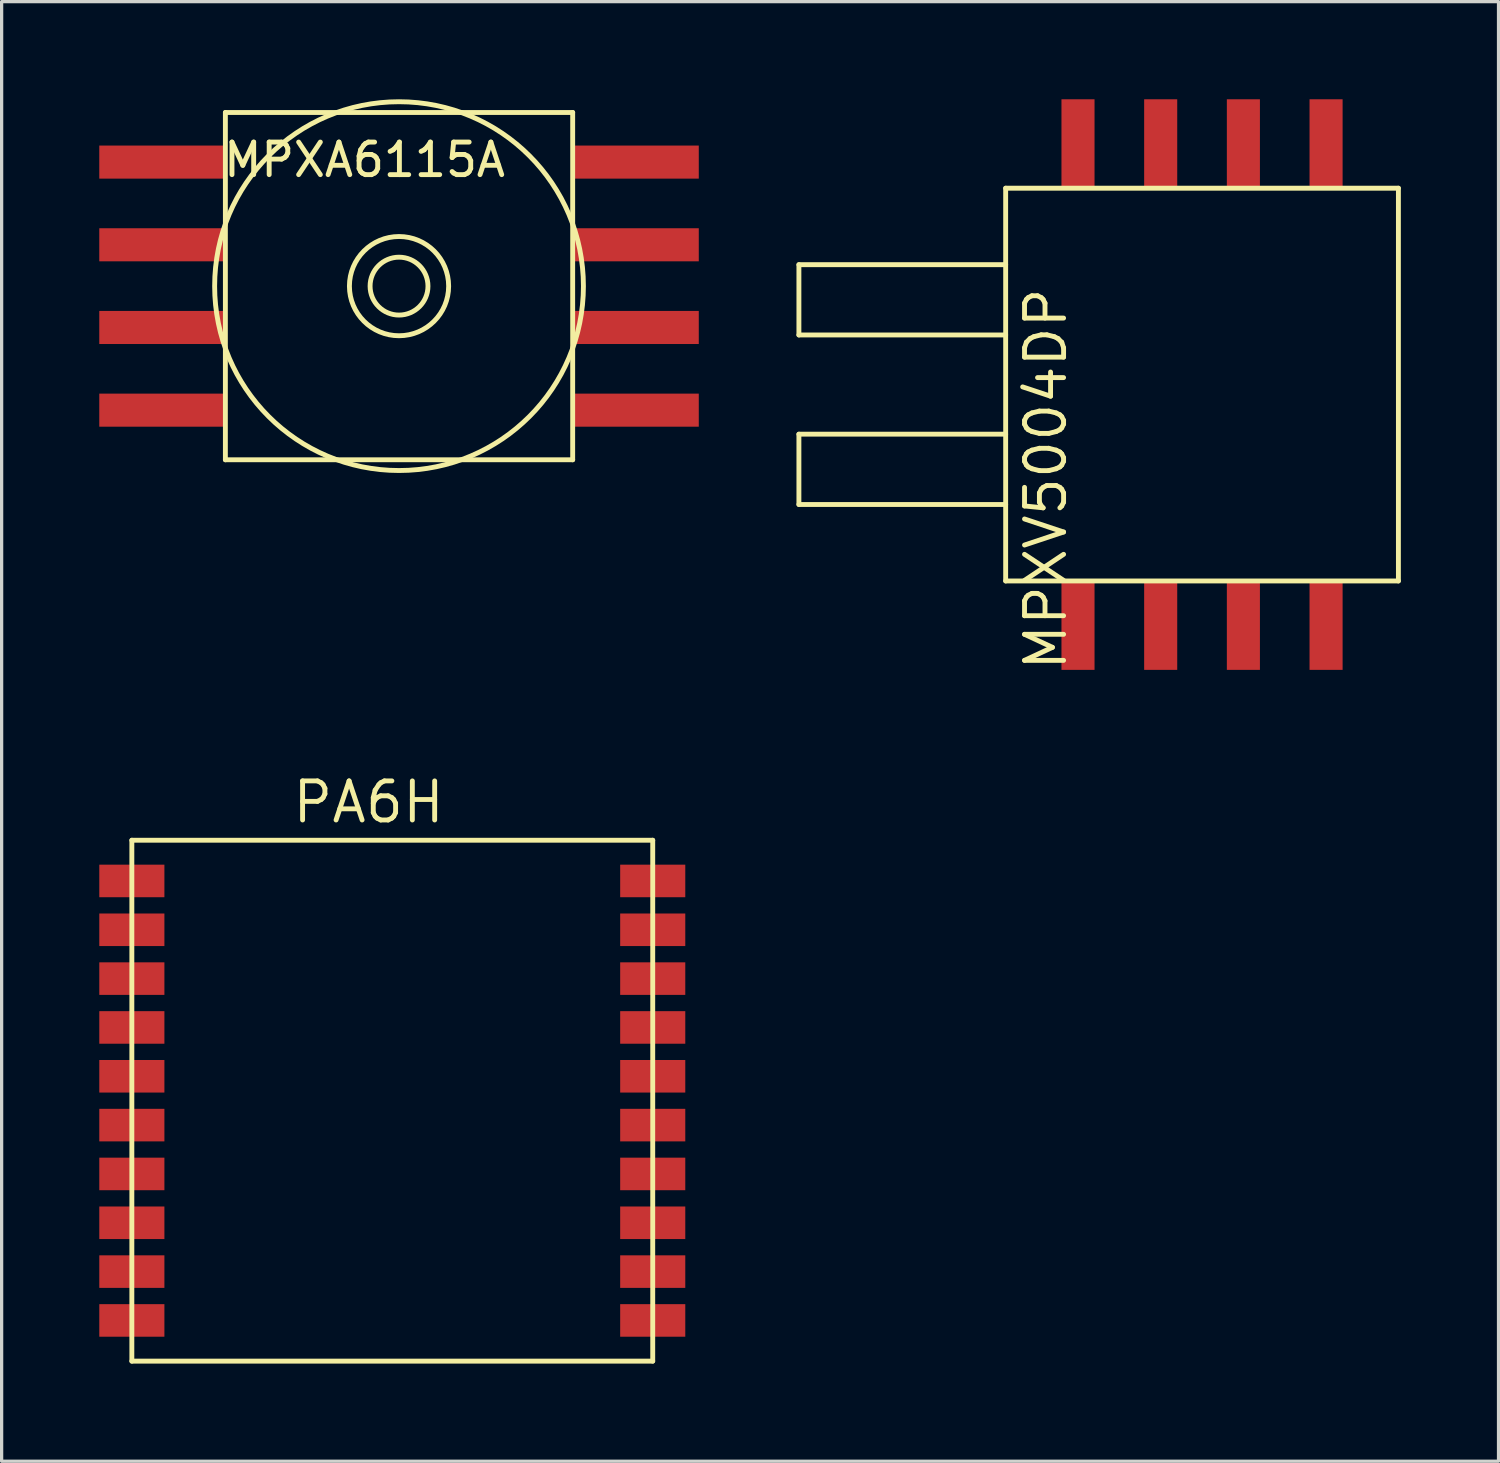
<source format=kicad_pcb>
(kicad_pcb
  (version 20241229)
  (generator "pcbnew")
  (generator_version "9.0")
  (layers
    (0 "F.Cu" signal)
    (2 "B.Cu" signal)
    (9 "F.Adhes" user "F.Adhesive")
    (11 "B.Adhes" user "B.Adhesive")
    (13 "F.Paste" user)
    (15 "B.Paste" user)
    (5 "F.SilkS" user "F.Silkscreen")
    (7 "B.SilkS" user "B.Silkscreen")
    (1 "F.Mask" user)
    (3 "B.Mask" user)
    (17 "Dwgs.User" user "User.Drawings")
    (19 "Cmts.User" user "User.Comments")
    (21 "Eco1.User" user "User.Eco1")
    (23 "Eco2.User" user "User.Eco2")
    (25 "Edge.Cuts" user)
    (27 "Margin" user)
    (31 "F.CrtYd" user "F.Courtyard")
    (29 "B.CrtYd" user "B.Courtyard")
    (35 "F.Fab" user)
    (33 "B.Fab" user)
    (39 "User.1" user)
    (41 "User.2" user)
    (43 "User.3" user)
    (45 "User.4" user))
  (footprint "MPXV5004DP"
    (layer "F.Cu")
    (at 33.873 8.763)
    (property "Reference" "MPXV5004DP" (at -4.8 2.9 90) (layer "F.SilkS") (effects (font (size 1.2 1.2) (thickness 0.15))))
    (attr through_hole)
    (fp_line (start -12.383 -3.683) (end -12.383 -1.524) (stroke (width 0.15) (type solid)) (layer "F.SilkS"))
    (fp_line (start -12.383 1.524) (end -12.383 3.683) (stroke (width 0.15) (type solid)) (layer "F.SilkS"))
    (fp_line (start -6.032 -6.032) (end -6.032 6.032) (stroke (width 0.15) (type solid)) (layer "F.SilkS"))
    (fp_line (start -6.032 -6.032) (end 6.032 -6.032) (stroke (width 0.15) (type solid)) (layer "F.SilkS"))
    (fp_line (start -6.032 -3.683) (end -12.383 -3.683) (stroke (width 0.15) (type solid)) (layer "F.SilkS"))
    (fp_line (start -6.032 -1.524) (end -12.383 -1.524) (stroke (width 0.15) (type solid)) (layer "F.SilkS"))
    (fp_line (start -6.032 1.524) (end -12.383 1.524) (stroke (width 0.15) (type solid)) (layer "F.SilkS"))
    (fp_line (start -6.032 3.683) (end -12.383 3.683) (stroke (width 0.15) (type solid)) (layer "F.SilkS"))
    (fp_line (start -6.032 6.032) (end 6.032 6.032) (stroke (width 0.15) (type solid)) (layer "F.SilkS"))
    (fp_line (start 6.032 6.032) (end 6.032 -6.032) (stroke (width 0.15) (type solid)) (layer "F.SilkS"))
    (pad "1" smd rect (at -3.81 7.398) (size 1.016 2.731) (layers "F.Cu" "F.Mask" "F.Paste"))
    (pad "2" smd rect (at -1.27 7.398) (size 1.016 2.731) (layers "F.Cu" "F.Mask" "F.Paste"))
    (pad "3" smd rect (at 1.27 7.398) (size 1.016 2.731) (layers "F.Cu" "F.Mask" "F.Paste"))
    (pad "4" smd rect (at 3.81 7.398) (size 1.016 2.731) (layers "F.Cu" "F.Mask" "F.Paste"))
    (pad "5" smd rect (at 3.81 -7.398) (size 1.016 2.731) (layers "F.Cu" "F.Mask" "F.Paste"))
    (pad "6" smd rect (at 1.27 -7.398) (size 1.016 2.731) (layers "F.Cu" "F.Mask" "F.Paste"))
    (pad "7" smd rect (at -1.27 -7.398) (size 1.016 2.731) (layers "F.Cu" "F.Mask" "F.Paste"))
    (pad "8" smd rect (at -3.81 -7.398) (size 1.016 2.731) (layers "F.Cu" "F.Mask" "F.Paste")))
  (footprint "PA6H"
    (layer "F.Cu")
    (at 9 30.76)
    (property "Reference" "PA6H" (at -0.727 -9.17 0) (layer "F.SilkS") (effects (font (size 1.2 1.2) (thickness 0.15))))
    (attr through_hole)
    (fp_line (start -8 -8) (end -8 8) (stroke (width 0.15) (type solid)) (layer "F.SilkS"))
    (fp_line (start -8 8) (end 8 8) (stroke (width 0.15) (type solid)) (layer "F.SilkS"))
    (fp_line (start 8 -8) (end -8 -8) (stroke (width 0.15) (type solid)) (layer "F.SilkS"))
    (fp_line (start 8 8) (end 8 -8) (stroke (width 0.15) (type solid)) (layer "F.SilkS"))
    (pad "1" smd rect (at -8 -6.75) (size 2 1) (layers "F.Cu" "F.Mask" "F.Paste"))
    (pad "2" smd rect (at -8 -5.25) (size 2 1) (layers "F.Cu" "F.Mask" "F.Paste"))
    (pad "3" smd rect (at -8 -3.75) (size 2 1) (layers "F.Cu" "F.Mask" "F.Paste"))
    (pad "4" smd rect (at -8 -2.25) (size 2 1) (layers "F.Cu" "F.Mask" "F.Paste"))
    (pad "5" smd rect (at -8 -0.75) (size 2 1) (layers "F.Cu" "F.Mask" "F.Paste"))
    (pad "6" smd rect (at -8 0.75) (size 2 1) (layers "F.Cu" "F.Mask" "F.Paste"))
    (pad "7" smd rect (at -8 2.25) (size 2 1) (layers "F.Cu" "F.Mask" "F.Paste"))
    (pad "8" smd rect (at -8 3.75) (size 2 1) (layers "F.Cu" "F.Mask" "F.Paste"))
    (pad "9" smd rect (at -8 5.25) (size 2 1) (layers "F.Cu" "F.Mask" "F.Paste"))
    (pad "10" smd rect (at -8 6.75) (size 2 1) (layers "F.Cu" "F.Mask" "F.Paste"))
    (pad "11" smd rect (at 8 6.75) (size 2 1) (layers "F.Cu" "F.Mask" "F.Paste"))
    (pad "12" smd rect (at 8 5.25) (size 2 1) (layers "F.Cu" "F.Mask" "F.Paste"))
    (pad "13" smd rect (at 8 3.75) (size 2 1) (layers "F.Cu" "F.Mask" "F.Paste"))
    (pad "14" smd rect (at 8 2.25) (size 2 1) (layers "F.Cu" "F.Mask" "F.Paste"))
    (pad "15" smd rect (at 8 0.75) (size 2 1) (layers "F.Cu" "F.Mask" "F.Paste"))
    (pad "16" smd rect (at 8 -0.75) (size 2 1) (layers "F.Cu" "F.Mask" "F.Paste"))
    (pad "17" smd rect (at 8 -2.25) (size 2 1) (layers "F.Cu" "F.Mask" "F.Paste"))
    (pad "18" smd rect (at 8 -3.75) (size 2 1) (layers "F.Cu" "F.Mask" "F.Paste"))
    (pad "19" smd rect (at 8 -5.25) (size 2 1) (layers "F.Cu" "F.Mask" "F.Paste"))
    (pad "20" smd rect (at 8 -6.75) (size 2 1) (layers "F.Cu" "F.Mask" "F.Paste")))
  (footprint "MPXA6115A"
    (layer "F.Cu")
    (at 9.207 5.739)
    (property "Reference" "MPXA6115A" (at -1.06 -3.88 0) (layer "F.SilkS") (effects (font (size 1 1) (thickness 0.15))))
    (attr through_hole)
    (fp_line (start -5.334 -5.334) (end -5.334 5.334) (stroke (width 0.15) (type solid)) (layer "F.SilkS"))
    (fp_line (start -5.334 -5.334) (end 5.334 -5.334) (stroke (width 0.15) (type solid)) (layer "F.SilkS"))
    (fp_line (start -5.334 5.334) (end 5.334 5.334) (stroke (width 0.15) (type solid)) (layer "F.SilkS"))
    (fp_line (start 5.334 5.334) (end 5.334 -5.334) (stroke (width 0.15) (type solid)) (layer "F.SilkS"))
    (fp_circle (center 0 0) (end 0 0.889) (stroke (width 0.15) (type solid)) (fill no) (layer "F.SilkS"))
    (fp_circle (center 0 0) (end 0 1.524) (stroke (width 0.15) (type solid)) (fill no) (layer "F.SilkS"))
    (fp_circle (center 0 0) (end 0 5.664) (stroke (width 0.15) (type solid)) (fill no) (layer "F.SilkS"))
    (pad "1" smd rect (at 7.271 3.81 90) (size 1.016 3.873) (layers "F.Cu" "F.Mask" "F.Paste"))
    (pad "2" smd rect (at 7.271 1.27 90) (size 1.016 3.873) (layers "F.Cu" "F.Mask" "F.Paste"))
    (pad "3" smd rect (at 7.271 -1.27 90) (size 1.016 3.873) (layers "F.Cu" "F.Mask" "F.Paste"))
    (pad "4" smd rect (at 7.271 -3.81 90) (size 1.016 3.873) (layers "F.Cu" "F.Mask" "F.Paste"))
    (pad "5" smd rect (at -7.271 -3.81 90) (size 1.016 3.873) (layers "F.Cu" "F.Mask" "F.Paste"))
    (pad "6" smd rect (at -7.271 -1.27 90) (size 1.016 3.873) (layers "F.Cu" "F.Mask" "F.Paste"))
    (pad "7" smd rect (at -7.271 1.27 90) (size 1.016 3.873) (layers "F.Cu" "F.Mask" "F.Paste"))
    (pad "8" smd rect (at -7.271 3.81 90) (size 1.016 3.873) (layers "F.Cu" "F.Mask" "F.Paste")))
  (gr_rect
    (start -3 -3)
    (end 42.98 41.835)
    (stroke (width 0.1) (type default))
    (fill no)
    (layer "Edge.Cuts")))
</source>
